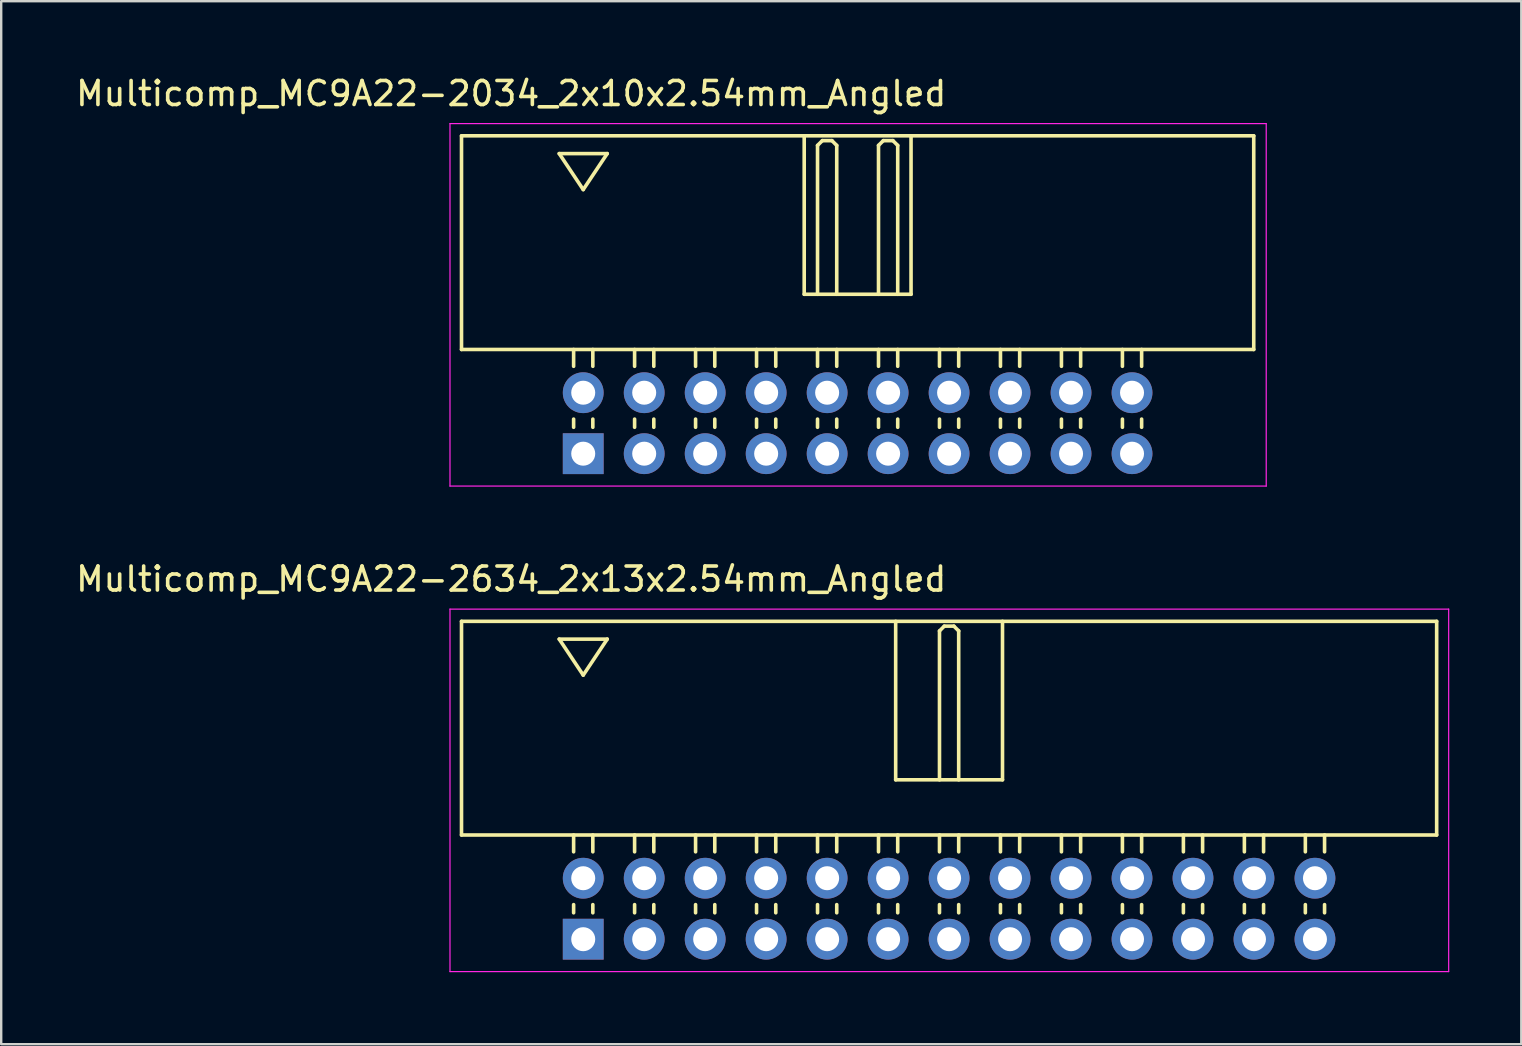
<source format=kicad_pcb>
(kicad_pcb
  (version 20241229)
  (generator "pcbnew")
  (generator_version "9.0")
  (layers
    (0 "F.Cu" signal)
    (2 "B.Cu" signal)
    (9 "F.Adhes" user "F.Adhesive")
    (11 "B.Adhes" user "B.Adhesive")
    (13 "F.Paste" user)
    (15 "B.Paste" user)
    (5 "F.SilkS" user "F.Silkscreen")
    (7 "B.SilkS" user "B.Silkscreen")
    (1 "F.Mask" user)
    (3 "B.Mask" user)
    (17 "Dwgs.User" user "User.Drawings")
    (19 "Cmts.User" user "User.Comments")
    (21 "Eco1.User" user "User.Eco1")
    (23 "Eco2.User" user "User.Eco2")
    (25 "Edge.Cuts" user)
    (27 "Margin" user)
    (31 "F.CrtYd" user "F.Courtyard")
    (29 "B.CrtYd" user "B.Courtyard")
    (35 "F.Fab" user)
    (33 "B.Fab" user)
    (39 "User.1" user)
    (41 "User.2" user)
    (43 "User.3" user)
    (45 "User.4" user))
  (footprint "Multicomp_MC9A22-2634_2x13x2.54mm_Angled"
    (layer "F.Cu")
    (at 21.244 36.072)
    (property "Reference" "Multicomp_MC9A22-2634_2x13x2.54mm_Angled" (at -3 -15 0) (layer "F.SilkS") (effects (font (size 1 1) (thickness 0.15))))
    (attr through_hole)
    (fp_line (start -5.07 -13.24) (end 35.55 -13.24) (stroke (width 0.15) (type solid)) (layer "F.SilkS"))
    (fp_line (start -5.07 -4.34) (end -5.07 -13.24) (stroke (width 0.15) (type solid)) (layer "F.SilkS"))
    (fp_line (start -1 -12.5) (end 1 -12.5) (stroke (width 0.15) (type solid)) (layer "F.SilkS"))
    (fp_line (start -0.4 -3.64) (end -0.4 -4.34) (stroke (width 0.15) (type solid)) (layer "F.SilkS"))
    (fp_line (start -0.4 -1.1) (end -0.4 -1.44) (stroke (width 0.15) (type solid)) (layer "F.SilkS"))
    (fp_line (start 0 -11) (end -1 -12.5) (stroke (width 0.15) (type solid)) (layer "F.SilkS"))
    (fp_line (start 0.4 -3.64) (end 0.4 -4.34) (stroke (width 0.15) (type solid)) (layer "F.SilkS"))
    (fp_line (start 0.4 -1.1) (end 0.4 -1.44) (stroke (width 0.15) (type solid)) (layer "F.SilkS"))
    (fp_line (start 1 -12.5) (end 0 -11) (stroke (width 0.15) (type solid)) (layer "F.SilkS"))
    (fp_line (start 2.14 -3.64) (end 2.14 -4.34) (stroke (width 0.15) (type solid)) (layer "F.SilkS"))
    (fp_line (start 2.14 -1.1) (end 2.14 -1.44) (stroke (width 0.15) (type solid)) (layer "F.SilkS"))
    (fp_line (start 2.94 -3.64) (end 2.94 -4.34) (stroke (width 0.15) (type solid)) (layer "F.SilkS"))
    (fp_line (start 2.94 -1.1) (end 2.94 -1.44) (stroke (width 0.15) (type solid)) (layer "F.SilkS"))
    (fp_line (start 4.68 -3.64) (end 4.68 -4.34) (stroke (width 0.15) (type solid)) (layer "F.SilkS"))
    (fp_line (start 4.68 -1.1) (end 4.68 -1.44) (stroke (width 0.15) (type solid)) (layer "F.SilkS"))
    (fp_line (start 5.48 -3.64) (end 5.48 -4.34) (stroke (width 0.15) (type solid)) (layer "F.SilkS"))
    (fp_line (start 5.48 -1.1) (end 5.48 -1.44) (stroke (width 0.15) (type solid)) (layer "F.SilkS"))
    (fp_line (start 7.22 -3.64) (end 7.22 -4.34) (stroke (width 0.15) (type solid)) (layer "F.SilkS"))
    (fp_line (start 7.22 -1.1) (end 7.22 -1.44) (stroke (width 0.15) (type solid)) (layer "F.SilkS"))
    (fp_line (start 8.02 -3.64) (end 8.02 -4.34) (stroke (width 0.15) (type solid)) (layer "F.SilkS"))
    (fp_line (start 8.02 -1.1) (end 8.02 -1.44) (stroke (width 0.15) (type solid)) (layer "F.SilkS"))
    (fp_line (start 9.76 -3.64) (end 9.76 -4.34) (stroke (width 0.15) (type solid)) (layer "F.SilkS"))
    (fp_line (start 9.76 -1.1) (end 9.76 -1.44) (stroke (width 0.15) (type solid)) (layer "F.SilkS"))
    (fp_line (start 10.56 -3.64) (end 10.56 -4.34) (stroke (width 0.15) (type solid)) (layer "F.SilkS"))
    (fp_line (start 10.56 -1.1) (end 10.56 -1.44) (stroke (width 0.15) (type solid)) (layer "F.SilkS"))
    (fp_line (start 12.3 -3.64) (end 12.3 -4.34) (stroke (width 0.15) (type solid)) (layer "F.SilkS"))
    (fp_line (start 12.3 -1.1) (end 12.3 -1.44) (stroke (width 0.15) (type solid)) (layer "F.SilkS"))
    (fp_line (start 13.015 -13.24) (end 13.015 -6.64) (stroke (width 0.15) (type solid)) (layer "F.SilkS"))
    (fp_line (start 13.015 -6.64) (end 17.465 -6.64) (stroke (width 0.15) (type solid)) (layer "F.SilkS"))
    (fp_line (start 13.1 -3.64) (end 13.1 -4.34) (stroke (width 0.15) (type solid)) (layer "F.SilkS"))
    (fp_line (start 13.1 -1.1) (end 13.1 -1.44) (stroke (width 0.15) (type solid)) (layer "F.SilkS"))
    (fp_line (start 14.84 -12.84) (end 15.04 -13.04) (stroke (width 0.15) (type solid)) (layer "F.SilkS"))
    (fp_line (start 14.84 -6.64) (end 14.84 -12.84) (stroke (width 0.15) (type solid)) (layer "F.SilkS"))
    (fp_line (start 14.84 -3.64) (end 14.84 -4.34) (stroke (width 0.15) (type solid)) (layer "F.SilkS"))
    (fp_line (start 14.84 -1.1) (end 14.84 -1.44) (stroke (width 0.15) (type solid)) (layer "F.SilkS"))
    (fp_line (start 15.04 -13.04) (end 15.44 -13.04) (stroke (width 0.15) (type solid)) (layer "F.SilkS"))
    (fp_line (start 15.44 -13.04) (end 15.64 -12.84) (stroke (width 0.15) (type solid)) (layer "F.SilkS"))
    (fp_line (start 15.64 -12.84) (end 15.64 -6.64) (stroke (width 0.15) (type solid)) (layer "F.SilkS"))
    (fp_line (start 15.64 -3.64) (end 15.64 -4.34) (stroke (width 0.15) (type solid)) (layer "F.SilkS"))
    (fp_line (start 15.64 -1.1) (end 15.64 -1.44) (stroke (width 0.15) (type solid)) (layer "F.SilkS"))
    (fp_line (start 17.38 -3.64) (end 17.38 -4.34) (stroke (width 0.15) (type solid)) (layer "F.SilkS"))
    (fp_line (start 17.38 -1.1) (end 17.38 -1.44) (stroke (width 0.15) (type solid)) (layer "F.SilkS"))
    (fp_line (start 17.465 -6.64) (end 17.465 -13.24) (stroke (width 0.15) (type solid)) (layer "F.SilkS"))
    (fp_line (start 18.18 -3.64) (end 18.18 -4.34) (stroke (width 0.15) (type solid)) (layer "F.SilkS"))
    (fp_line (start 18.18 -1.1) (end 18.18 -1.44) (stroke (width 0.15) (type solid)) (layer "F.SilkS"))
    (fp_line (start 19.92 -3.64) (end 19.92 -4.34) (stroke (width 0.15) (type solid)) (layer "F.SilkS"))
    (fp_line (start 19.92 -1.1) (end 19.92 -1.44) (stroke (width 0.15) (type solid)) (layer "F.SilkS"))
    (fp_line (start 20.72 -3.64) (end 20.72 -4.34) (stroke (width 0.15) (type solid)) (layer "F.SilkS"))
    (fp_line (start 20.72 -1.1) (end 20.72 -1.44) (stroke (width 0.15) (type solid)) (layer "F.SilkS"))
    (fp_line (start 22.46 -3.64) (end 22.46 -4.34) (stroke (width 0.15) (type solid)) (layer "F.SilkS"))
    (fp_line (start 22.46 -1.1) (end 22.46 -1.44) (stroke (width 0.15) (type solid)) (layer "F.SilkS"))
    (fp_line (start 23.26 -3.64) (end 23.26 -4.34) (stroke (width 0.15) (type solid)) (layer "F.SilkS"))
    (fp_line (start 23.26 -1.1) (end 23.26 -1.44) (stroke (width 0.15) (type solid)) (layer "F.SilkS"))
    (fp_line (start 25 -3.64) (end 25 -4.34) (stroke (width 0.15) (type solid)) (layer "F.SilkS"))
    (fp_line (start 25 -1.1) (end 25 -1.44) (stroke (width 0.15) (type solid)) (layer "F.SilkS"))
    (fp_line (start 25.8 -3.64) (end 25.8 -4.34) (stroke (width 0.15) (type solid)) (layer "F.SilkS"))
    (fp_line (start 25.8 -1.1) (end 25.8 -1.44) (stroke (width 0.15) (type solid)) (layer "F.SilkS"))
    (fp_line (start 27.54 -3.64) (end 27.54 -4.34) (stroke (width 0.15) (type solid)) (layer "F.SilkS"))
    (fp_line (start 27.54 -1.1) (end 27.54 -1.44) (stroke (width 0.15) (type solid)) (layer "F.SilkS"))
    (fp_line (start 28.34 -3.64) (end 28.34 -4.34) (stroke (width 0.15) (type solid)) (layer "F.SilkS"))
    (fp_line (start 28.34 -1.1) (end 28.34 -1.44) (stroke (width 0.15) (type solid)) (layer "F.SilkS"))
    (fp_line (start 30.08 -3.64) (end 30.08 -4.34) (stroke (width 0.15) (type solid)) (layer "F.SilkS"))
    (fp_line (start 30.08 -1.1) (end 30.08 -1.44) (stroke (width 0.15) (type solid)) (layer "F.SilkS"))
    (fp_line (start 30.88 -3.64) (end 30.88 -4.34) (stroke (width 0.15) (type solid)) (layer "F.SilkS"))
    (fp_line (start 30.88 -1.1) (end 30.88 -1.44) (stroke (width 0.15) (type solid)) (layer "F.SilkS"))
    (fp_line (start 35.55 -13.24) (end 35.55 -4.34) (stroke (width 0.15) (type solid)) (layer "F.SilkS"))
    (fp_line (start 35.55 -4.34) (end -5.07 -4.34) (stroke (width 0.15) (type solid)) (layer "F.SilkS"))
    (fp_line (start -5.55 -13.75) (end 36.05 -13.75) (stroke (width 0.05) (type solid)) (layer "F.CrtYd"))
    (fp_line (start -5.55 1.35) (end -5.55 -13.75) (stroke (width 0.05) (type solid)) (layer "F.CrtYd"))
    (fp_line (start 36.05 -13.75) (end 36.05 1.35) (stroke (width 0.05) (type solid)) (layer "F.CrtYd"))
    (fp_line (start 36.05 1.35) (end -5.55 1.35) (stroke (width 0.05) (type solid)) (layer "F.CrtYd"))
    (pad "1" thru_hole rect (at 0 0) (size 1.7 1.7) (drill 1) (layers "*.Cu" "*.Mask"))
    (pad "2" thru_hole circle (at 0 -2.54) (size 1.7 1.7) (drill 1) (layers "*.Cu" "*.Mask"))
    (pad "3" thru_hole circle (at 2.54 0) (size 1.7 1.7) (drill 1) (layers "*.Cu" "*.Mask"))
    (pad "4" thru_hole circle (at 2.54 -2.54) (size 1.7 1.7) (drill 1) (layers "*.Cu" "*.Mask"))
    (pad "5" thru_hole circle (at 5.08 0) (size 1.7 1.7) (drill 1) (layers "*.Cu" "*.Mask"))
    (pad "6" thru_hole circle (at 5.08 -2.54) (size 1.7 1.7) (drill 1) (layers "*.Cu" "*.Mask"))
    (pad "7" thru_hole circle (at 7.62 0) (size 1.7 1.7) (drill 1) (layers "*.Cu" "*.Mask"))
    (pad "8" thru_hole circle (at 7.62 -2.54) (size 1.7 1.7) (drill 1) (layers "*.Cu" "*.Mask"))
    (pad "9" thru_hole circle (at 10.16 0) (size 1.7 1.7) (drill 1) (layers "*.Cu" "*.Mask"))
    (pad "10" thru_hole circle (at 10.16 -2.54) (size 1.7 1.7) (drill 1) (layers "*.Cu" "*.Mask"))
    (pad "11" thru_hole circle (at 12.7 0) (size 1.7 1.7) (drill 1) (layers "*.Cu" "*.Mask"))
    (pad "12" thru_hole circle (at 12.7 -2.54) (size 1.7 1.7) (drill 1) (layers "*.Cu" "*.Mask"))
    (pad "13" thru_hole circle (at 15.24 0) (size 1.7 1.7) (drill 1) (layers "*.Cu" "*.Mask"))
    (pad "14" thru_hole circle (at 15.24 -2.54) (size 1.7 1.7) (drill 1) (layers "*.Cu" "*.Mask"))
    (pad "15" thru_hole circle (at 17.78 0) (size 1.7 1.7) (drill 1) (layers "*.Cu" "*.Mask"))
    (pad "16" thru_hole circle (at 17.78 -2.54) (size 1.7 1.7) (drill 1) (layers "*.Cu" "*.Mask"))
    (pad "17" thru_hole circle (at 20.32 0) (size 1.7 1.7) (drill 1) (layers "*.Cu" "*.Mask"))
    (pad "18" thru_hole circle (at 20.32 -2.54) (size 1.7 1.7) (drill 1) (layers "*.Cu" "*.Mask"))
    (pad "19" thru_hole circle (at 22.86 0) (size 1.7 1.7) (drill 1) (layers "*.Cu" "*.Mask"))
    (pad "20" thru_hole circle (at 22.86 -2.54) (size 1.7 1.7) (drill 1) (layers "*.Cu" "*.Mask"))
    (pad "21" thru_hole circle (at 25.4 0) (size 1.7 1.7) (drill 1) (layers "*.Cu" "*.Mask"))
    (pad "22" thru_hole circle (at 25.4 -2.54) (size 1.7 1.7) (drill 1) (layers "*.Cu" "*.Mask"))
    (pad "23" thru_hole circle (at 27.94 0) (size 1.7 1.7) (drill 1) (layers "*.Cu" "*.Mask"))
    (pad "24" thru_hole circle (at 27.94 -2.54) (size 1.7 1.7) (drill 1) (layers "*.Cu" "*.Mask"))
    (pad "25" thru_hole circle (at 30.48 0) (size 1.7 1.7) (drill 1) (layers "*.Cu" "*.Mask"))
    (pad "26" thru_hole circle (at 30.48 -2.54) (size 1.7 1.7) (drill 1) (layers "*.Cu" "*.Mask")))
  (footprint "Multicomp_MC9A22-2034_2x10x2.54mm_Angled"
    (layer "F.Cu")
    (at 21.244 15.848)
    (property "Reference" "Multicomp_MC9A22-2034_2x10x2.54mm_Angled" (at -3 -15 0) (layer "F.SilkS") (effects (font (size 1 1) (thickness 0.15))))
    (attr through_hole)
    (fp_line (start -5.07 -13.24) (end 27.93 -13.24) (stroke (width 0.15) (type solid)) (layer "F.SilkS"))
    (fp_line (start -5.07 -4.34) (end -5.07 -13.24) (stroke (width 0.15) (type solid)) (layer "F.SilkS"))
    (fp_line (start -1 -12.5) (end 1 -12.5) (stroke (width 0.15) (type solid)) (layer "F.SilkS"))
    (fp_line (start -0.4 -3.64) (end -0.4 -4.34) (stroke (width 0.15) (type solid)) (layer "F.SilkS"))
    (fp_line (start -0.4 -1.1) (end -0.4 -1.44) (stroke (width 0.15) (type solid)) (layer "F.SilkS"))
    (fp_line (start 0 -11) (end -1 -12.5) (stroke (width 0.15) (type solid)) (layer "F.SilkS"))
    (fp_line (start 0.4 -3.64) (end 0.4 -4.34) (stroke (width 0.15) (type solid)) (layer "F.SilkS"))
    (fp_line (start 0.4 -1.1) (end 0.4 -1.44) (stroke (width 0.15) (type solid)) (layer "F.SilkS"))
    (fp_line (start 1 -12.5) (end 0 -11) (stroke (width 0.15) (type solid)) (layer "F.SilkS"))
    (fp_line (start 2.14 -3.64) (end 2.14 -4.34) (stroke (width 0.15) (type solid)) (layer "F.SilkS"))
    (fp_line (start 2.14 -1.1) (end 2.14 -1.44) (stroke (width 0.15) (type solid)) (layer "F.SilkS"))
    (fp_line (start 2.94 -3.64) (end 2.94 -4.34) (stroke (width 0.15) (type solid)) (layer "F.SilkS"))
    (fp_line (start 2.94 -1.1) (end 2.94 -1.44) (stroke (width 0.15) (type solid)) (layer "F.SilkS"))
    (fp_line (start 4.68 -3.64) (end 4.68 -4.34) (stroke (width 0.15) (type solid)) (layer "F.SilkS"))
    (fp_line (start 4.68 -1.1) (end 4.68 -1.44) (stroke (width 0.15) (type solid)) (layer "F.SilkS"))
    (fp_line (start 5.48 -3.64) (end 5.48 -4.34) (stroke (width 0.15) (type solid)) (layer "F.SilkS"))
    (fp_line (start 5.48 -1.1) (end 5.48 -1.44) (stroke (width 0.15) (type solid)) (layer "F.SilkS"))
    (fp_line (start 7.22 -3.64) (end 7.22 -4.34) (stroke (width 0.15) (type solid)) (layer "F.SilkS"))
    (fp_line (start 7.22 -1.1) (end 7.22 -1.44) (stroke (width 0.15) (type solid)) (layer "F.SilkS"))
    (fp_line (start 8.02 -3.64) (end 8.02 -4.34) (stroke (width 0.15) (type solid)) (layer "F.SilkS"))
    (fp_line (start 8.02 -1.1) (end 8.02 -1.44) (stroke (width 0.15) (type solid)) (layer "F.SilkS"))
    (fp_line (start 9.205 -13.24) (end 9.205 -6.64) (stroke (width 0.15) (type solid)) (layer "F.SilkS"))
    (fp_line (start 9.205 -6.64) (end 13.655 -6.64) (stroke (width 0.15) (type solid)) (layer "F.SilkS"))
    (fp_line (start 9.76 -12.84) (end 9.96 -13.04) (stroke (width 0.15) (type solid)) (layer "F.SilkS"))
    (fp_line (start 9.76 -6.64) (end 9.76 -12.84) (stroke (width 0.15) (type solid)) (layer "F.SilkS"))
    (fp_line (start 9.76 -3.64) (end 9.76 -4.34) (stroke (width 0.15) (type solid)) (layer "F.SilkS"))
    (fp_line (start 9.76 -1.1) (end 9.76 -1.44) (stroke (width 0.15) (type solid)) (layer "F.SilkS"))
    (fp_line (start 9.96 -13.04) (end 10.36 -13.04) (stroke (width 0.15) (type solid)) (layer "F.SilkS"))
    (fp_line (start 10.36 -13.04) (end 10.56 -12.84) (stroke (width 0.15) (type solid)) (layer "F.SilkS"))
    (fp_line (start 10.56 -12.84) (end 10.56 -6.64) (stroke (width 0.15) (type solid)) (layer "F.SilkS"))
    (fp_line (start 10.56 -3.64) (end 10.56 -4.34) (stroke (width 0.15) (type solid)) (layer "F.SilkS"))
    (fp_line (start 10.56 -1.1) (end 10.56 -1.44) (stroke (width 0.15) (type solid)) (layer "F.SilkS"))
    (fp_line (start 12.3 -12.84) (end 12.5 -13.04) (stroke (width 0.15) (type solid)) (layer "F.SilkS"))
    (fp_line (start 12.3 -6.64) (end 12.3 -12.84) (stroke (width 0.15) (type solid)) (layer "F.SilkS"))
    (fp_line (start 12.3 -3.64) (end 12.3 -4.34) (stroke (width 0.15) (type solid)) (layer "F.SilkS"))
    (fp_line (start 12.3 -1.1) (end 12.3 -1.44) (stroke (width 0.15) (type solid)) (layer "F.SilkS"))
    (fp_line (start 12.5 -13.04) (end 12.9 -13.04) (stroke (width 0.15) (type solid)) (layer "F.SilkS"))
    (fp_line (start 12.9 -13.04) (end 13.1 -12.84) (stroke (width 0.15) (type solid)) (layer "F.SilkS"))
    (fp_line (start 13.1 -12.84) (end 13.1 -6.64) (stroke (width 0.15) (type solid)) (layer "F.SilkS"))
    (fp_line (start 13.1 -3.64) (end 13.1 -4.34) (stroke (width 0.15) (type solid)) (layer "F.SilkS"))
    (fp_line (start 13.1 -1.1) (end 13.1 -1.44) (stroke (width 0.15) (type solid)) (layer "F.SilkS"))
    (fp_line (start 13.655 -6.64) (end 13.655 -13.24) (stroke (width 0.15) (type solid)) (layer "F.SilkS"))
    (fp_line (start 14.84 -3.64) (end 14.84 -4.34) (stroke (width 0.15) (type solid)) (layer "F.SilkS"))
    (fp_line (start 14.84 -1.1) (end 14.84 -1.44) (stroke (width 0.15) (type solid)) (layer "F.SilkS"))
    (fp_line (start 15.64 -3.64) (end 15.64 -4.34) (stroke (width 0.15) (type solid)) (layer "F.SilkS"))
    (fp_line (start 15.64 -1.1) (end 15.64 -1.44) (stroke (width 0.15) (type solid)) (layer "F.SilkS"))
    (fp_line (start 17.38 -3.64) (end 17.38 -4.34) (stroke (width 0.15) (type solid)) (layer "F.SilkS"))
    (fp_line (start 17.38 -1.1) (end 17.38 -1.44) (stroke (width 0.15) (type solid)) (layer "F.SilkS"))
    (fp_line (start 18.18 -3.64) (end 18.18 -4.34) (stroke (width 0.15) (type solid)) (layer "F.SilkS"))
    (fp_line (start 18.18 -1.1) (end 18.18 -1.44) (stroke (width 0.15) (type solid)) (layer "F.SilkS"))
    (fp_line (start 19.92 -3.64) (end 19.92 -4.34) (stroke (width 0.15) (type solid)) (layer "F.SilkS"))
    (fp_line (start 19.92 -1.1) (end 19.92 -1.44) (stroke (width 0.15) (type solid)) (layer "F.SilkS"))
    (fp_line (start 20.72 -3.64) (end 20.72 -4.34) (stroke (width 0.15) (type solid)) (layer "F.SilkS"))
    (fp_line (start 20.72 -1.1) (end 20.72 -1.44) (stroke (width 0.15) (type solid)) (layer "F.SilkS"))
    (fp_line (start 22.46 -3.64) (end 22.46 -4.34) (stroke (width 0.15) (type solid)) (layer "F.SilkS"))
    (fp_line (start 22.46 -1.1) (end 22.46 -1.44) (stroke (width 0.15) (type solid)) (layer "F.SilkS"))
    (fp_line (start 23.26 -3.64) (end 23.26 -4.34) (stroke (width 0.15) (type solid)) (layer "F.SilkS"))
    (fp_line (start 23.26 -1.1) (end 23.26 -1.44) (stroke (width 0.15) (type solid)) (layer "F.SilkS"))
    (fp_line (start 27.93 -13.24) (end 27.93 -4.34) (stroke (width 0.15) (type solid)) (layer "F.SilkS"))
    (fp_line (start 27.93 -4.34) (end -5.07 -4.34) (stroke (width 0.15) (type solid)) (layer "F.SilkS"))
    (fp_line (start -5.55 -13.75) (end 28.45 -13.75) (stroke (width 0.05) (type solid)) (layer "F.CrtYd"))
    (fp_line (start -5.55 1.35) (end -5.55 -13.75) (stroke (width 0.05) (type solid)) (layer "F.CrtYd"))
    (fp_line (start 28.45 -13.75) (end 28.45 1.35) (stroke (width 0.05) (type solid)) (layer "F.CrtYd"))
    (fp_line (start 28.45 1.35) (end -5.55 1.35) (stroke (width 0.05) (type solid)) (layer "F.CrtYd"))
    (pad "1" thru_hole rect (at 0 0) (size 1.7 1.7) (drill 1) (layers "*.Cu" "*.Mask"))
    (pad "2" thru_hole circle (at 0 -2.54) (size 1.7 1.7) (drill 1) (layers "*.Cu" "*.Mask"))
    (pad "3" thru_hole circle (at 2.54 0) (size 1.7 1.7) (drill 1) (layers "*.Cu" "*.Mask"))
    (pad "4" thru_hole circle (at 2.54 -2.54) (size 1.7 1.7) (drill 1) (layers "*.Cu" "*.Mask"))
    (pad "5" thru_hole circle (at 5.08 0) (size 1.7 1.7) (drill 1) (layers "*.Cu" "*.Mask"))
    (pad "6" thru_hole circle (at 5.08 -2.54) (size 1.7 1.7) (drill 1) (layers "*.Cu" "*.Mask"))
    (pad "7" thru_hole circle (at 7.62 0) (size 1.7 1.7) (drill 1) (layers "*.Cu" "*.Mask"))
    (pad "8" thru_hole circle (at 7.62 -2.54) (size 1.7 1.7) (drill 1) (layers "*.Cu" "*.Mask"))
    (pad "9" thru_hole circle (at 10.16 0) (size 1.7 1.7) (drill 1) (layers "*.Cu" "*.Mask"))
    (pad "10" thru_hole circle (at 10.16 -2.54) (size 1.7 1.7) (drill 1) (layers "*.Cu" "*.Mask"))
    (pad "11" thru_hole circle (at 12.7 0) (size 1.7 1.7) (drill 1) (layers "*.Cu" "*.Mask"))
    (pad "12" thru_hole circle (at 12.7 -2.54) (size 1.7 1.7) (drill 1) (layers "*.Cu" "*.Mask"))
    (pad "13" thru_hole circle (at 15.24 0) (size 1.7 1.7) (drill 1) (layers "*.Cu" "*.Mask"))
    (pad "14" thru_hole circle (at 15.24 -2.54) (size 1.7 1.7) (drill 1) (layers "*.Cu" "*.Mask"))
    (pad "15" thru_hole circle (at 17.78 0) (size 1.7 1.7) (drill 1) (layers "*.Cu" "*.Mask"))
    (pad "16" thru_hole circle (at 17.78 -2.54) (size 1.7 1.7) (drill 1) (layers "*.Cu" "*.Mask"))
    (pad "17" thru_hole circle (at 20.32 0) (size 1.7 1.7) (drill 1) (layers "*.Cu" "*.Mask"))
    (pad "18" thru_hole circle (at 20.32 -2.54) (size 1.7 1.7) (drill 1) (layers "*.Cu" "*.Mask"))
    (pad "19" thru_hole circle (at 22.86 0) (size 1.7 1.7) (drill 1) (layers "*.Cu" "*.Mask"))
    (pad "20" thru_hole circle (at 22.86 -2.54) (size 1.7 1.7) (drill 1) (layers "*.Cu" "*.Mask")))
  (gr_rect
    (start -3 -3)
    (end 60.319 40.447)
    (stroke (width 0.1) (type default))
    (fill no)
    (layer "Edge.Cuts")))
</source>
